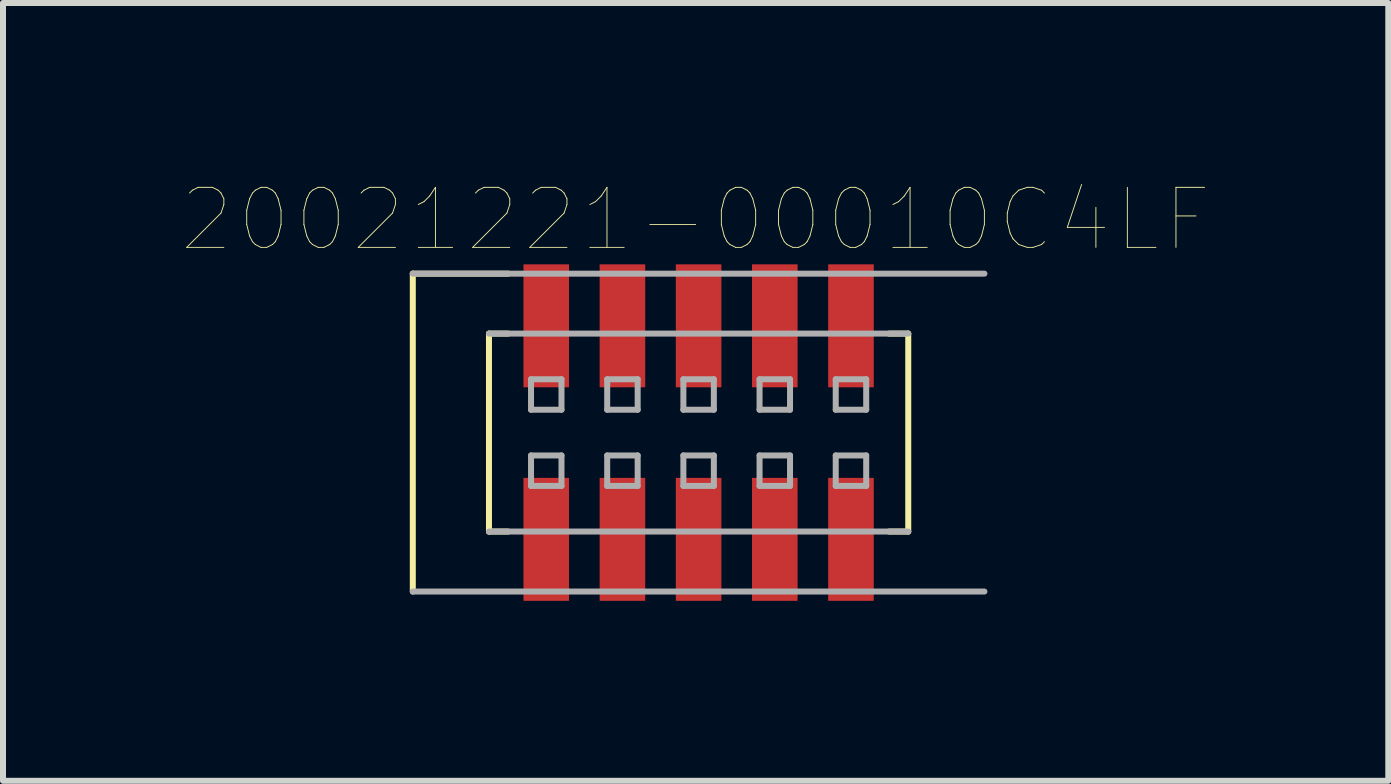
<source format=kicad_pcb>
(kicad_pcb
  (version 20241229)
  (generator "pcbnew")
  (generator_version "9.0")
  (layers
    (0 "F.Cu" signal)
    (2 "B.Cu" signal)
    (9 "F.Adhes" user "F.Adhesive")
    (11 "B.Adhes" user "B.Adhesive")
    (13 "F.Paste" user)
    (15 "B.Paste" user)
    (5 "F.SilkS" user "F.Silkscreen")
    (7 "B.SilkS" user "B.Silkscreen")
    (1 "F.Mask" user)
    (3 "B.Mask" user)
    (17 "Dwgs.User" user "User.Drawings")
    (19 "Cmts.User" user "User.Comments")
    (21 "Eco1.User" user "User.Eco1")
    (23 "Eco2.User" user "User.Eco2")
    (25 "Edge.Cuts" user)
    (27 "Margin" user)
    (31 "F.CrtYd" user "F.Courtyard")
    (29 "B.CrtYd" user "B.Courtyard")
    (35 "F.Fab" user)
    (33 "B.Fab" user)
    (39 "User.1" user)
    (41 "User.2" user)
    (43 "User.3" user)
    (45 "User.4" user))
  (footprint "20021221-00010C4LF"
    (layer "F.Cu")
    (at 8.597 4.162)
    (property "Reference" "20021221-00010C4LF" (at -0.05 -3.55 180) (layer "F.SilkS") (effects (font (size 1.001 1.001) (thickness 0.015))))
    (attr through_hole)
    (fp_line (start -4.765 -2.65) (end -4.765 2.65) (stroke (width 0.1) (type solid)) (layer "F.SilkS"))
    (fp_line (start -3.495 -1.65) (end -3.495 1.65) (stroke (width 0.1) (type solid)) (layer "F.SilkS"))
    (fp_line (start -3.495 1.65) (end -3.175 1.65) (stroke (width 0.1) (type solid)) (layer "F.SilkS"))
    (fp_line (start -3.175 -2.65) (end -4.765 -2.65) (stroke (width 0.1) (type solid)) (layer "F.SilkS"))
    (fp_line (start -3.175 -1.65) (end -3.495 -1.65) (stroke (width 0.1) (type solid)) (layer "F.SilkS"))
    (fp_line (start 3.175 1.65) (end 3.495 1.65) (stroke (width 0.1) (type solid)) (layer "F.SilkS"))
    (fp_line (start 3.495 -1.65) (end 3.175 -1.65) (stroke (width 0.1) (type solid)) (layer "F.SilkS"))
    (fp_line (start 3.495 1.65) (end 3.495 -1.65) (stroke (width 0.1) (type solid)) (layer "F.SilkS"))
    (fp_line (start -4.765 2.65) (end 4.765 2.65) (stroke (width 0.1) (type solid)) (layer "F.Fab"))
    (fp_line (start -3.495 1.65) (end 3.495 1.65) (stroke (width 0.1) (type solid)) (layer "F.Fab"))
    (fp_line (start -2.794 -0.889) (end -2.794 -0.381) (stroke (width 0.1) (type solid)) (layer "F.Fab"))
    (fp_line (start -2.794 -0.381) (end -2.286 -0.381) (stroke (width 0.1) (type solid)) (layer "F.Fab"))
    (fp_line (start -2.794 0.381) (end -2.794 0.889) (stroke (width 0.1) (type solid)) (layer "F.Fab"))
    (fp_line (start -2.794 0.889) (end -2.286 0.889) (stroke (width 0.1) (type solid)) (layer "F.Fab"))
    (fp_line (start -2.286 -0.889) (end -2.794 -0.889) (stroke (width 0.1) (type solid)) (layer "F.Fab"))
    (fp_line (start -2.286 -0.381) (end -2.286 -0.889) (stroke (width 0.1) (type solid)) (layer "F.Fab"))
    (fp_line (start -2.286 0.381) (end -2.794 0.381) (stroke (width 0.1) (type solid)) (layer "F.Fab"))
    (fp_line (start -2.286 0.889) (end -2.286 0.381) (stroke (width 0.1) (type solid)) (layer "F.Fab"))
    (fp_line (start -1.524 -0.889) (end -1.524 -0.381) (stroke (width 0.1) (type solid)) (layer "F.Fab"))
    (fp_line (start -1.524 -0.381) (end -1.016 -0.381) (stroke (width 0.1) (type solid)) (layer "F.Fab"))
    (fp_line (start -1.524 0.381) (end -1.524 0.889) (stroke (width 0.1) (type solid)) (layer "F.Fab"))
    (fp_line (start -1.524 0.889) (end -1.016 0.889) (stroke (width 0.1) (type solid)) (layer "F.Fab"))
    (fp_line (start -1.016 -0.889) (end -1.524 -0.889) (stroke (width 0.1) (type solid)) (layer "F.Fab"))
    (fp_line (start -1.016 -0.381) (end -1.016 -0.889) (stroke (width 0.1) (type solid)) (layer "F.Fab"))
    (fp_line (start -1.016 0.381) (end -1.524 0.381) (stroke (width 0.1) (type solid)) (layer "F.Fab"))
    (fp_line (start -1.016 0.889) (end -1.016 0.381) (stroke (width 0.1) (type solid)) (layer "F.Fab"))
    (fp_line (start -0.254 -0.889) (end -0.254 -0.381) (stroke (width 0.1) (type solid)) (layer "F.Fab"))
    (fp_line (start -0.254 -0.381) (end 0.254 -0.381) (stroke (width 0.1) (type solid)) (layer "F.Fab"))
    (fp_line (start -0.254 0.381) (end -0.254 0.889) (stroke (width 0.1) (type solid)) (layer "F.Fab"))
    (fp_line (start -0.254 0.889) (end 0.254 0.889) (stroke (width 0.1) (type solid)) (layer "F.Fab"))
    (fp_line (start 0.254 -0.889) (end -0.254 -0.889) (stroke (width 0.1) (type solid)) (layer "F.Fab"))
    (fp_line (start 0.254 -0.381) (end 0.254 -0.889) (stroke (width 0.1) (type solid)) (layer "F.Fab"))
    (fp_line (start 0.254 0.381) (end -0.254 0.381) (stroke (width 0.1) (type solid)) (layer "F.Fab"))
    (fp_line (start 0.254 0.889) (end 0.254 0.381) (stroke (width 0.1) (type solid)) (layer "F.Fab"))
    (fp_line (start 1.016 -0.889) (end 1.016 -0.381) (stroke (width 0.1) (type solid)) (layer "F.Fab"))
    (fp_line (start 1.016 -0.381) (end 1.524 -0.381) (stroke (width 0.1) (type solid)) (layer "F.Fab"))
    (fp_line (start 1.016 0.381) (end 1.016 0.889) (stroke (width 0.1) (type solid)) (layer "F.Fab"))
    (fp_line (start 1.016 0.889) (end 1.524 0.889) (stroke (width 0.1) (type solid)) (layer "F.Fab"))
    (fp_line (start 1.524 -0.889) (end 1.016 -0.889) (stroke (width 0.1) (type solid)) (layer "F.Fab"))
    (fp_line (start 1.524 -0.381) (end 1.524 -0.889) (stroke (width 0.1) (type solid)) (layer "F.Fab"))
    (fp_line (start 1.524 0.381) (end 1.016 0.381) (stroke (width 0.1) (type solid)) (layer "F.Fab"))
    (fp_line (start 1.524 0.889) (end 1.524 0.381) (stroke (width 0.1) (type solid)) (layer "F.Fab"))
    (fp_line (start 2.286 -0.889) (end 2.286 -0.381) (stroke (width 0.1) (type solid)) (layer "F.Fab"))
    (fp_line (start 2.286 -0.381) (end 2.794 -0.381) (stroke (width 0.1) (type solid)) (layer "F.Fab"))
    (fp_line (start 2.286 0.381) (end 2.286 0.889) (stroke (width 0.1) (type solid)) (layer "F.Fab"))
    (fp_line (start 2.286 0.889) (end 2.794 0.889) (stroke (width 0.1) (type solid)) (layer "F.Fab"))
    (fp_line (start 2.794 -0.889) (end 2.286 -0.889) (stroke (width 0.1) (type solid)) (layer "F.Fab"))
    (fp_line (start 2.794 -0.381) (end 2.794 -0.889) (stroke (width 0.1) (type solid)) (layer "F.Fab"))
    (fp_line (start 2.794 0.381) (end 2.286 0.381) (stroke (width 0.1) (type solid)) (layer "F.Fab"))
    (fp_line (start 2.794 0.889) (end 2.794 0.381) (stroke (width 0.1) (type solid)) (layer "F.Fab"))
    (fp_line (start 3.495 -1.65) (end -3.495 -1.65) (stroke (width 0.1) (type solid)) (layer "F.Fab"))
    (fp_line (start 4.765 -2.65) (end -4.765 -2.65) (stroke (width 0.1) (type solid)) (layer "F.Fab"))
    (pad "1" smd rect (at -2.54 1.78) (size 0.76 2.05) (layers "F.Cu" "F.Mask" "F.Paste"))
    (pad "2" smd rect (at -2.54 -1.78) (size 0.76 2.05) (layers "F.Cu" "F.Mask" "F.Paste"))
    (pad "3" smd rect (at -1.27 1.78) (size 0.76 2.05) (layers "F.Cu" "F.Mask" "F.Paste"))
    (pad "4" smd rect (at -1.27 -1.78) (size 0.76 2.05) (layers "F.Cu" "F.Mask" "F.Paste"))
    (pad "5" smd rect (at 0 1.78) (size 0.76 2.05) (layers "F.Cu" "F.Mask" "F.Paste"))
    (pad "6" smd rect (at 0 -1.78) (size 0.76 2.05) (layers "F.Cu" "F.Mask" "F.Paste"))
    (pad "7" smd rect (at 1.27 1.78) (size 0.76 2.05) (layers "F.Cu" "F.Mask" "F.Paste"))
    (pad "8" smd rect (at 1.27 -1.78) (size 0.76 2.05) (layers "F.Cu" "F.Mask" "F.Paste"))
    (pad "9" smd rect (at 2.54 1.78) (size 0.76 2.05) (layers "F.Cu" "F.Mask" "F.Paste"))
    (pad "10" smd rect (at 2.54 -1.78) (size 0.76 2.05) (layers "F.Cu" "F.Mask" "F.Paste")))
  (gr_rect
    (start -3 -3)
    (end 20.095 9.967)
    (stroke (width 0.1) (type default))
    (fill no)
    (layer "Edge.Cuts")))
</source>
